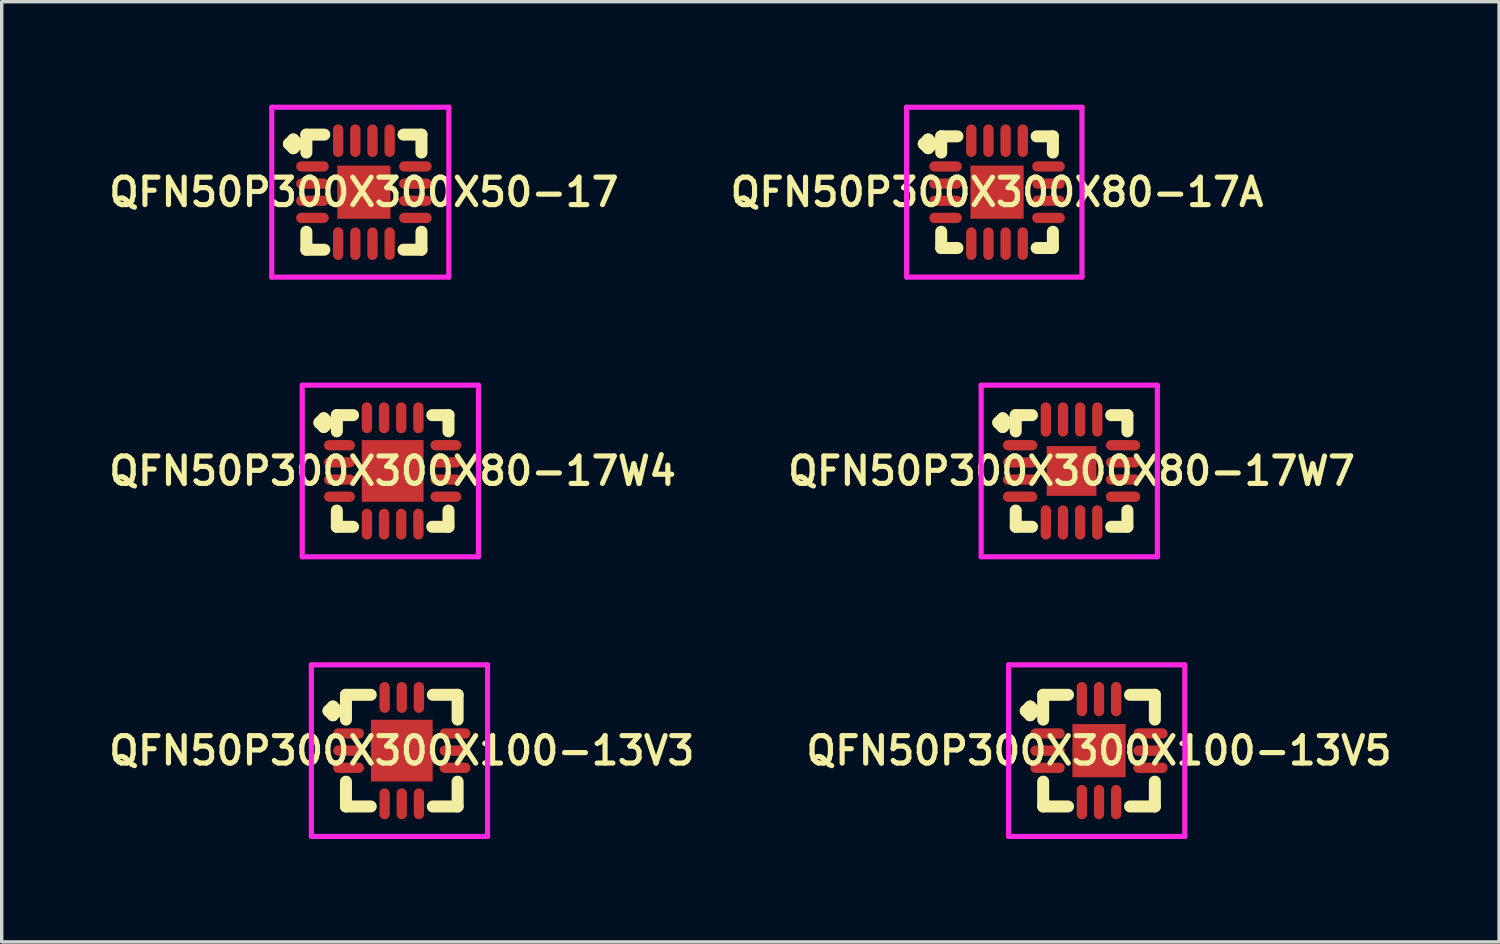
<source format=kicad_pcb>
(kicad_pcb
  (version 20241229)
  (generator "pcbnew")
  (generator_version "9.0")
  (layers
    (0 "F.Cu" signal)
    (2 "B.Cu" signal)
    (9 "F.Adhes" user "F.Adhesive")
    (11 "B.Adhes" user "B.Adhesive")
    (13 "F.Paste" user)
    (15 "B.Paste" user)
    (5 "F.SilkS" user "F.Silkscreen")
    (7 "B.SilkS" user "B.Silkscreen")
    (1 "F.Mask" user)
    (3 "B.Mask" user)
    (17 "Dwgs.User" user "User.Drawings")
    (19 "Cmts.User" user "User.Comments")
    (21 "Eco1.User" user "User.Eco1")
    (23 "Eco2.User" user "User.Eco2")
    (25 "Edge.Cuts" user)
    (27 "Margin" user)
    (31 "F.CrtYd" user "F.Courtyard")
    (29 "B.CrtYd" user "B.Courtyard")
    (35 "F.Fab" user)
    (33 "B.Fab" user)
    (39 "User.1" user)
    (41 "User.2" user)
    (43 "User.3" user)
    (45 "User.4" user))
  (footprint "QFN50P300X300X100-13V5"
    (layer "F.Cu")
    (at 28.978 18.825)
    (property "Reference" "QFN50P300X300X100-13V5" (at 0 0 0) (layer "F.SilkS") (effects (font (size 0.8 0.8) (thickness 0.15))))
    (attr smd)
    (fp_line (start -2.135 -1.158) (end -2.008 -1.285) (stroke (width 0.35) (type solid)) (layer "F.SilkS"))
    (fp_line (start -2.008 -1.285) (end -1.881 -1.158) (stroke (width 0.35) (type solid)) (layer "F.SilkS"))
    (fp_line (start -2.008 -1.031) (end -2.135 -1.158) (stroke (width 0.35) (type solid)) (layer "F.SilkS"))
    (fp_line (start -1.881 -1.158) (end -2.008 -1.031) (stroke (width 0.35) (type solid)) (layer "F.SilkS"))
    (fp_line (start -1.627 -1.627) (end -0.904 -1.627) (stroke (width 0.35) (type solid)) (layer "F.SilkS"))
    (fp_line (start -1.627 -0.904) (end -1.627 -1.627) (stroke (width 0.35) (type solid)) (layer "F.SilkS"))
    (fp_line (start -1.627 0.904) (end -1.627 1.627) (stroke (width 0.35) (type solid)) (layer "F.SilkS"))
    (fp_line (start -1.627 1.627) (end -0.904 1.627) (stroke (width 0.35) (type solid)) (layer "F.SilkS"))
    (fp_line (start 0.904 -1.627) (end 1.627 -1.627) (stroke (width 0.35) (type solid)) (layer "F.SilkS"))
    (fp_line (start 0.904 1.627) (end 1.627 1.627) (stroke (width 0.35) (type solid)) (layer "F.SilkS"))
    (fp_line (start 1.627 -1.627) (end 1.627 -0.904) (stroke (width 0.35) (type solid)) (layer "F.SilkS"))
    (fp_line (start 1.627 1.627) (end 1.627 0.904) (stroke (width 0.35) (type solid)) (layer "F.SilkS"))
    (fp_line (start -2.635 -2.5) (end 2.5 -2.5) (stroke (width 0.15) (type solid)) (layer "F.CrtYd"))
    (fp_line (start -2.635 2.5) (end -2.635 -2.5) (stroke (width 0.15) (type solid)) (layer "F.CrtYd"))
    (fp_line (start 2.5 -2.5) (end 2.5 2.5) (stroke (width 0.15) (type solid)) (layer "F.CrtYd"))
    (fp_line (start 2.5 2.5) (end -2.635 2.5) (stroke (width 0.15) (type solid)) (layer "F.CrtYd"))
    (pad "1" smd oval (at -1.5 -0.5) (size 1 0.3) (layers "F.Cu" "F.Mask" "F.Paste"))
    (pad "2" smd oval (at -1.5 0) (size 1 0.3) (layers "F.Cu" "F.Mask" "F.Paste"))
    (pad "3" smd oval (at -1.5 0.5) (size 1 0.3) (layers "F.Cu" "F.Mask" "F.Paste"))
    (pad "4" smd oval (at -0.5 1.5) (size 0.3 1) (layers "F.Cu" "F.Mask" "F.Paste"))
    (pad "5" smd oval (at 0 1.5) (size 0.3 1) (layers "F.Cu" "F.Mask" "F.Paste"))
    (pad "6" smd oval (at 0.5 1.5) (size 0.3 1) (layers "F.Cu" "F.Mask" "F.Paste"))
    (pad "7" smd oval (at 1.5 0.5) (size 1 0.3) (layers "F.Cu" "F.Mask" "F.Paste"))
    (pad "8" smd oval (at 1.5 0) (size 1 0.3) (layers "F.Cu" "F.Mask" "F.Paste"))
    (pad "9" smd oval (at 1.5 -0.5) (size 1 0.3) (layers "F.Cu" "F.Mask" "F.Paste"))
    (pad "10" smd oval (at 0.5 -1.5) (size 0.3 1) (layers "F.Cu" "F.Mask" "F.Paste"))
    (pad "11" smd oval (at 0 -1.5) (size 0.3 1) (layers "F.Cu" "F.Mask" "F.Paste"))
    (pad "12" smd oval (at -0.5 -1.5) (size 0.3 1) (layers "F.Cu" "F.Mask" "F.Paste"))
    (pad "13" smd rect (at 0 0) (size 1.55 1.55) (layers "F.Cu" "F.Mask" "F.Paste")))
  (footprint "QFN50P300X300X80-17W7"
    (layer "F.Cu")
    (at 28.178 10.675)
    (property "Reference" "QFN50P300X300X80-17W7" (at 0 0 0) (layer "F.SilkS") (effects (font (size 0.8 0.8) (thickness 0.15))))
    (attr smd)
    (fp_line (start -2.135 -1.408) (end -2.008 -1.535) (stroke (width 0.35) (type solid)) (layer "F.SilkS"))
    (fp_line (start -2.008 -1.535) (end -1.881 -1.408) (stroke (width 0.35) (type solid)) (layer "F.SilkS"))
    (fp_line (start -2.008 -1.281) (end -2.135 -1.408) (stroke (width 0.35) (type solid)) (layer "F.SilkS"))
    (fp_line (start -1.881 -1.408) (end -2.008 -1.281) (stroke (width 0.35) (type solid)) (layer "F.SilkS"))
    (fp_line (start -1.627 -1.627) (end -1.154 -1.627) (stroke (width 0.35) (type solid)) (layer "F.SilkS"))
    (fp_line (start -1.627 -1.154) (end -1.627 -1.627) (stroke (width 0.35) (type solid)) (layer "F.SilkS"))
    (fp_line (start -1.627 1.154) (end -1.627 1.627) (stroke (width 0.35) (type solid)) (layer "F.SilkS"))
    (fp_line (start -1.627 1.627) (end -1.154 1.627) (stroke (width 0.35) (type solid)) (layer "F.SilkS"))
    (fp_line (start 1.154 -1.627) (end 1.627 -1.627) (stroke (width 0.35) (type solid)) (layer "F.SilkS"))
    (fp_line (start 1.154 1.627) (end 1.627 1.627) (stroke (width 0.35) (type solid)) (layer "F.SilkS"))
    (fp_line (start 1.627 -1.627) (end 1.627 -1.154) (stroke (width 0.35) (type solid)) (layer "F.SilkS"))
    (fp_line (start 1.627 1.627) (end 1.627 1.154) (stroke (width 0.35) (type solid)) (layer "F.SilkS"))
    (fp_line (start -2.635 -2.5) (end 2.5 -2.5) (stroke (width 0.15) (type solid)) (layer "F.CrtYd"))
    (fp_line (start -2.635 2.5) (end -2.635 -2.5) (stroke (width 0.15) (type solid)) (layer "F.CrtYd"))
    (fp_line (start 2.5 -2.5) (end 2.5 2.5) (stroke (width 0.15) (type solid)) (layer "F.CrtYd"))
    (fp_line (start 2.5 2.5) (end -2.635 2.5) (stroke (width 0.15) (type solid)) (layer "F.CrtYd"))
    (pad "1" smd oval (at -1.5 -0.75) (size 1 0.3) (layers "F.Cu" "F.Mask" "F.Paste"))
    (pad "2" smd oval (at -1.5 -0.25) (size 1 0.3) (layers "F.Cu" "F.Mask" "F.Paste"))
    (pad "3" smd oval (at -1.5 0.25) (size 1 0.3) (layers "F.Cu" "F.Mask" "F.Paste"))
    (pad "4" smd oval (at -1.5 0.75) (size 1 0.3) (layers "F.Cu" "F.Mask" "F.Paste"))
    (pad "5" smd oval (at -0.75 1.5) (size 0.3 1) (layers "F.Cu" "F.Mask" "F.Paste"))
    (pad "6" smd oval (at -0.25 1.5) (size 0.3 1) (layers "F.Cu" "F.Mask" "F.Paste"))
    (pad "7" smd oval (at 0.25 1.5) (size 0.3 1) (layers "F.Cu" "F.Mask" "F.Paste"))
    (pad "8" smd oval (at 0.75 1.5) (size 0.3 1) (layers "F.Cu" "F.Mask" "F.Paste"))
    (pad "9" smd oval (at 1.5 0.75) (size 1 0.3) (layers "F.Cu" "F.Mask" "F.Paste"))
    (pad "10" smd oval (at 1.5 0.25) (size 1 0.3) (layers "F.Cu" "F.Mask" "F.Paste"))
    (pad "11" smd oval (at 1.5 -0.25) (size 1 0.3) (layers "F.Cu" "F.Mask" "F.Paste"))
    (pad "12" smd oval (at 1.5 -0.75) (size 1 0.3) (layers "F.Cu" "F.Mask" "F.Paste"))
    (pad "13" smd oval (at 0.75 -1.5) (size 0.3 1) (layers "F.Cu" "F.Mask" "F.Paste"))
    (pad "14" smd oval (at 0.25 -1.5) (size 0.3 1) (layers "F.Cu" "F.Mask" "F.Paste"))
    (pad "15" smd oval (at -0.25 -1.5) (size 0.3 1) (layers "F.Cu" "F.Mask" "F.Paste"))
    (pad "16" smd oval (at -0.75 -1.5) (size 0.3 1) (layers "F.Cu" "F.Mask" "F.Paste"))
    (pad "17" smd rect (at 0 0) (size 1.45 1.45) (layers "F.Cu" "F.Mask" "F.Paste")))
  (footprint "QFN50P300X300X100-13V3"
    (layer "F.Cu")
    (at 8.659 18.825)
    (property "Reference" "QFN50P300X300X100-13V3" (at 0 0 0) (layer "F.SilkS") (effects (font (size 0.8 0.8) (thickness 0.15))))
    (attr smd)
    (fp_line (start -2.135 -1.158) (end -2.008 -1.285) (stroke (width 0.35) (type solid)) (layer "F.SilkS"))
    (fp_line (start -2.008 -1.285) (end -1.881 -1.158) (stroke (width 0.35) (type solid)) (layer "F.SilkS"))
    (fp_line (start -2.008 -1.031) (end -2.135 -1.158) (stroke (width 0.35) (type solid)) (layer "F.SilkS"))
    (fp_line (start -1.881 -1.158) (end -2.008 -1.031) (stroke (width 0.35) (type solid)) (layer "F.SilkS"))
    (fp_line (start -1.627 -1.627) (end -0.904 -1.627) (stroke (width 0.35) (type solid)) (layer "F.SilkS"))
    (fp_line (start -1.627 -0.904) (end -1.627 -1.627) (stroke (width 0.35) (type solid)) (layer "F.SilkS"))
    (fp_line (start -1.627 0.904) (end -1.627 1.627) (stroke (width 0.35) (type solid)) (layer "F.SilkS"))
    (fp_line (start -1.627 1.627) (end -0.904 1.627) (stroke (width 0.35) (type solid)) (layer "F.SilkS"))
    (fp_line (start 0.904 -1.627) (end 1.627 -1.627) (stroke (width 0.35) (type solid)) (layer "F.SilkS"))
    (fp_line (start 0.904 1.627) (end 1.627 1.627) (stroke (width 0.35) (type solid)) (layer "F.SilkS"))
    (fp_line (start 1.627 -1.627) (end 1.627 -0.904) (stroke (width 0.35) (type solid)) (layer "F.SilkS"))
    (fp_line (start 1.627 1.627) (end 1.627 0.904) (stroke (width 0.35) (type solid)) (layer "F.SilkS"))
    (fp_line (start -2.635 -2.5) (end 2.5 -2.5) (stroke (width 0.15) (type solid)) (layer "F.CrtYd"))
    (fp_line (start -2.635 2.5) (end -2.635 -2.5) (stroke (width 0.15) (type solid)) (layer "F.CrtYd"))
    (fp_line (start 2.5 -2.5) (end 2.5 2.5) (stroke (width 0.15) (type solid)) (layer "F.CrtYd"))
    (fp_line (start 2.5 2.5) (end -2.635 2.5) (stroke (width 0.15) (type solid)) (layer "F.CrtYd"))
    (pad "1" smd oval (at -1.55 -0.5) (size 0.9 0.3) (layers "F.Cu" "F.Mask" "F.Paste"))
    (pad "2" smd oval (at -1.55 0) (size 0.9 0.3) (layers "F.Cu" "F.Mask" "F.Paste"))
    (pad "3" smd oval (at -1.55 0.5) (size 0.9 0.3) (layers "F.Cu" "F.Mask" "F.Paste"))
    (pad "4" smd oval (at -0.5 1.55) (size 0.3 0.9) (layers "F.Cu" "F.Mask" "F.Paste"))
    (pad "5" smd oval (at 0 1.55) (size 0.3 0.9) (layers "F.Cu" "F.Mask" "F.Paste"))
    (pad "6" smd oval (at 0.5 1.55) (size 0.3 0.9) (layers "F.Cu" "F.Mask" "F.Paste"))
    (pad "7" smd oval (at 1.55 0.5) (size 0.9 0.3) (layers "F.Cu" "F.Mask" "F.Paste"))
    (pad "8" smd oval (at 1.55 0) (size 0.9 0.3) (layers "F.Cu" "F.Mask" "F.Paste"))
    (pad "9" smd oval (at 1.55 -0.5) (size 0.9 0.3) (layers "F.Cu" "F.Mask" "F.Paste"))
    (pad "10" smd oval (at 0.5 -1.55) (size 0.3 0.9) (layers "F.Cu" "F.Mask" "F.Paste"))
    (pad "11" smd oval (at 0 -1.55) (size 0.3 0.9) (layers "F.Cu" "F.Mask" "F.Paste"))
    (pad "12" smd oval (at -0.5 -1.55) (size 0.3 0.9) (layers "F.Cu" "F.Mask" "F.Paste"))
    (pad "13" smd rect (at 0 0) (size 1.8 1.8) (layers "F.Cu" "F.Mask" "F.Paste")))
  (footprint "QFN50P300X300X80-17A"
    (layer "F.Cu")
    (at 26.006 2.55)
    (property "Reference" "QFN50P300X300X80-17A" (at 0 0 0) (layer "F.SilkS") (effects (font (size 0.8 0.8) (thickness 0.15))))
    (attr smd)
    (fp_line (start -2.135 -1.408) (end -2.008 -1.535) (stroke (width 0.35) (type solid)) (layer "F.SilkS"))
    (fp_line (start -2.008 -1.535) (end -1.881 -1.408) (stroke (width 0.35) (type solid)) (layer "F.SilkS"))
    (fp_line (start -2.008 -1.281) (end -2.135 -1.408) (stroke (width 0.35) (type solid)) (layer "F.SilkS"))
    (fp_line (start -1.881 -1.408) (end -2.008 -1.281) (stroke (width 0.35) (type solid)) (layer "F.SilkS"))
    (fp_line (start -1.627 -1.627) (end -1.154 -1.627) (stroke (width 0.35) (type solid)) (layer "F.SilkS"))
    (fp_line (start -1.627 -1.154) (end -1.627 -1.627) (stroke (width 0.35) (type solid)) (layer "F.SilkS"))
    (fp_line (start -1.627 1.154) (end -1.627 1.627) (stroke (width 0.35) (type solid)) (layer "F.SilkS"))
    (fp_line (start -1.627 1.627) (end -1.154 1.627) (stroke (width 0.35) (type solid)) (layer "F.SilkS"))
    (fp_line (start 1.154 -1.627) (end 1.627 -1.627) (stroke (width 0.35) (type solid)) (layer "F.SilkS"))
    (fp_line (start 1.154 1.627) (end 1.627 1.627) (stroke (width 0.35) (type solid)) (layer "F.SilkS"))
    (fp_line (start 1.627 -1.627) (end 1.627 -1.154) (stroke (width 0.35) (type solid)) (layer "F.SilkS"))
    (fp_line (start 1.627 1.627) (end 1.627 1.154) (stroke (width 0.35) (type solid)) (layer "F.SilkS"))
    (fp_line (start -2.635 -2.475) (end 2.475 -2.475) (stroke (width 0.15) (type solid)) (layer "F.CrtYd"))
    (fp_line (start -2.635 2.475) (end -2.635 -2.475) (stroke (width 0.15) (type solid)) (layer "F.CrtYd"))
    (fp_line (start 2.475 -2.475) (end 2.475 2.475) (stroke (width 0.15) (type solid)) (layer "F.CrtYd"))
    (fp_line (start 2.475 2.475) (end -2.635 2.475) (stroke (width 0.15) (type solid)) (layer "F.CrtYd"))
    (pad "1" smd oval (at -1.5 -0.75) (size 0.95 0.3) (layers "F.Cu" "F.Mask" "F.Paste"))
    (pad "2" smd oval (at -1.5 -0.25) (size 0.95 0.3) (layers "F.Cu" "F.Mask" "F.Paste"))
    (pad "3" smd oval (at -1.5 0.25) (size 0.95 0.3) (layers "F.Cu" "F.Mask" "F.Paste"))
    (pad "4" smd oval (at -1.5 0.75) (size 0.95 0.3) (layers "F.Cu" "F.Mask" "F.Paste"))
    (pad "5" smd oval (at -0.75 1.5) (size 0.3 0.95) (layers "F.Cu" "F.Mask" "F.Paste"))
    (pad "6" smd oval (at -0.25 1.5) (size 0.3 0.95) (layers "F.Cu" "F.Mask" "F.Paste"))
    (pad "7" smd oval (at 0.25 1.5) (size 0.3 0.95) (layers "F.Cu" "F.Mask" "F.Paste"))
    (pad "8" smd oval (at 0.75 1.5) (size 0.3 0.95) (layers "F.Cu" "F.Mask" "F.Paste"))
    (pad "9" smd oval (at 1.5 0.75) (size 0.95 0.3) (layers "F.Cu" "F.Mask" "F.Paste"))
    (pad "10" smd oval (at 1.5 0.25) (size 0.95 0.3) (layers "F.Cu" "F.Mask" "F.Paste"))
    (pad "11" smd oval (at 1.5 -0.25) (size 0.95 0.3) (layers "F.Cu" "F.Mask" "F.Paste"))
    (pad "12" smd oval (at 1.5 -0.75) (size 0.95 0.3) (layers "F.Cu" "F.Mask" "F.Paste"))
    (pad "13" smd oval (at 0.75 -1.5) (size 0.3 0.95) (layers "F.Cu" "F.Mask" "F.Paste"))
    (pad "14" smd oval (at 0.25 -1.5) (size 0.3 0.95) (layers "F.Cu" "F.Mask" "F.Paste"))
    (pad "15" smd oval (at -0.25 -1.5) (size 0.3 0.95) (layers "F.Cu" "F.Mask" "F.Paste"))
    (pad "16" smd oval (at -0.75 -1.5) (size 0.3 0.95) (layers "F.Cu" "F.Mask" "F.Paste"))
    (pad "17" smd rect (at 0 0) (size 1.55 1.55) (layers "F.Cu" "F.Mask" "F.Paste")))
  (footprint "QFN50P300X300X50-17"
    (layer "F.Cu")
    (at 7.555 2.55)
    (property "Reference" "QFN50P300X300X50-17" (at 0 0 0) (layer "F.SilkS") (effects (font (size 0.8 0.8) (thickness 0.15))))
    (attr smd)
    (fp_line (start -2.185 -1.408) (end -2.058 -1.535) (stroke (width 0.35) (type solid)) (layer "F.SilkS"))
    (fp_line (start -2.058 -1.535) (end -1.931 -1.408) (stroke (width 0.35) (type solid)) (layer "F.SilkS"))
    (fp_line (start -2.058 -1.281) (end -2.185 -1.408) (stroke (width 0.35) (type solid)) (layer "F.SilkS"))
    (fp_line (start -1.931 -1.408) (end -2.058 -1.281) (stroke (width 0.35) (type solid)) (layer "F.SilkS"))
    (fp_line (start -1.677 -1.677) (end -1.154 -1.677) (stroke (width 0.35) (type solid)) (layer "F.SilkS"))
    (fp_line (start -1.677 -1.154) (end -1.677 -1.677) (stroke (width 0.35) (type solid)) (layer "F.SilkS"))
    (fp_line (start -1.677 1.154) (end -1.677 1.677) (stroke (width 0.35) (type solid)) (layer "F.SilkS"))
    (fp_line (start -1.677 1.677) (end -1.154 1.677) (stroke (width 0.35) (type solid)) (layer "F.SilkS"))
    (fp_line (start 1.154 -1.677) (end 1.677 -1.677) (stroke (width 0.35) (type solid)) (layer "F.SilkS"))
    (fp_line (start 1.154 1.677) (end 1.677 1.677) (stroke (width 0.35) (type solid)) (layer "F.SilkS"))
    (fp_line (start 1.677 -1.677) (end 1.677 -1.154) (stroke (width 0.35) (type solid)) (layer "F.SilkS"))
    (fp_line (start 1.677 1.677) (end 1.677 1.154) (stroke (width 0.35) (type solid)) (layer "F.SilkS"))
    (fp_line (start -2.685 -2.475) (end 2.475 -2.475) (stroke (width 0.15) (type solid)) (layer "F.CrtYd"))
    (fp_line (start -2.685 2.475) (end -2.685 -2.475) (stroke (width 0.15) (type solid)) (layer "F.CrtYd"))
    (fp_line (start 2.475 -2.475) (end 2.475 2.475) (stroke (width 0.15) (type solid)) (layer "F.CrtYd"))
    (fp_line (start 2.475 2.475) (end -2.685 2.475) (stroke (width 0.15) (type solid)) (layer "F.CrtYd"))
    (pad "1" smd oval (at -1.5 -0.75) (size 0.95 0.3) (layers "F.Cu" "F.Mask" "F.Paste"))
    (pad "2" smd oval (at -1.5 -0.25) (size 0.95 0.3) (layers "F.Cu" "F.Mask" "F.Paste"))
    (pad "3" smd oval (at -1.5 0.25) (size 0.95 0.3) (layers "F.Cu" "F.Mask" "F.Paste"))
    (pad "4" smd oval (at -1.5 0.75) (size 0.95 0.3) (layers "F.Cu" "F.Mask" "F.Paste"))
    (pad "5" smd oval (at -0.75 1.5) (size 0.3 0.95) (layers "F.Cu" "F.Mask" "F.Paste"))
    (pad "6" smd oval (at -0.25 1.5) (size 0.3 0.95) (layers "F.Cu" "F.Mask" "F.Paste"))
    (pad "7" smd oval (at 0.25 1.5) (size 0.3 0.95) (layers "F.Cu" "F.Mask" "F.Paste"))
    (pad "8" smd oval (at 0.75 1.5) (size 0.3 0.95) (layers "F.Cu" "F.Mask" "F.Paste"))
    (pad "9" smd oval (at 1.5 0.75) (size 0.95 0.3) (layers "F.Cu" "F.Mask" "F.Paste"))
    (pad "10" smd oval (at 1.5 0.25) (size 0.95 0.3) (layers "F.Cu" "F.Mask" "F.Paste"))
    (pad "11" smd oval (at 1.5 -0.25) (size 0.95 0.3) (layers "F.Cu" "F.Mask" "F.Paste"))
    (pad "12" smd oval (at 1.5 -0.75) (size 0.95 0.3) (layers "F.Cu" "F.Mask" "F.Paste"))
    (pad "13" smd oval (at 0.75 -1.5) (size 0.3 0.95) (layers "F.Cu" "F.Mask" "F.Paste"))
    (pad "14" smd oval (at 0.25 -1.5) (size 0.3 0.95) (layers "F.Cu" "F.Mask" "F.Paste"))
    (pad "15" smd oval (at -0.25 -1.5) (size 0.3 0.95) (layers "F.Cu" "F.Mask" "F.Paste"))
    (pad "16" smd oval (at -0.75 -1.5) (size 0.3 0.95) (layers "F.Cu" "F.Mask" "F.Paste"))
    (pad "17" smd rect (at 0 0) (size 1.55 1.55) (layers "F.Cu" "F.Mask" "F.Paste")))
  (footprint "QFN50P300X300X80-17W4"
    (layer "F.Cu")
    (at 8.393 10.675)
    (property "Reference" "QFN50P300X300X80-17W4" (at 0 0 0) (layer "F.SilkS") (effects (font (size 0.8 0.8) (thickness 0.15))))
    (attr smd)
    (fp_line (start -2.135 -1.408) (end -2.008 -1.535) (stroke (width 0.35) (type solid)) (layer "F.SilkS"))
    (fp_line (start -2.008 -1.535) (end -1.881 -1.408) (stroke (width 0.35) (type solid)) (layer "F.SilkS"))
    (fp_line (start -2.008 -1.281) (end -2.135 -1.408) (stroke (width 0.35) (type solid)) (layer "F.SilkS"))
    (fp_line (start -1.881 -1.408) (end -2.008 -1.281) (stroke (width 0.35) (type solid)) (layer "F.SilkS"))
    (fp_line (start -1.627 -1.627) (end -1.154 -1.627) (stroke (width 0.35) (type solid)) (layer "F.SilkS"))
    (fp_line (start -1.627 -1.154) (end -1.627 -1.627) (stroke (width 0.35) (type solid)) (layer "F.SilkS"))
    (fp_line (start -1.627 1.154) (end -1.627 1.627) (stroke (width 0.35) (type solid)) (layer "F.SilkS"))
    (fp_line (start -1.627 1.627) (end -1.154 1.627) (stroke (width 0.35) (type solid)) (layer "F.SilkS"))
    (fp_line (start 1.154 -1.627) (end 1.627 -1.627) (stroke (width 0.35) (type solid)) (layer "F.SilkS"))
    (fp_line (start 1.154 1.627) (end 1.627 1.627) (stroke (width 0.35) (type solid)) (layer "F.SilkS"))
    (fp_line (start 1.627 -1.627) (end 1.627 -1.154) (stroke (width 0.35) (type solid)) (layer "F.SilkS"))
    (fp_line (start 1.627 1.627) (end 1.627 1.154) (stroke (width 0.35) (type solid)) (layer "F.SilkS"))
    (fp_line (start -2.635 -2.5) (end 2.5 -2.5) (stroke (width 0.15) (type solid)) (layer "F.CrtYd"))
    (fp_line (start -2.635 2.5) (end -2.635 -2.5) (stroke (width 0.15) (type solid)) (layer "F.CrtYd"))
    (fp_line (start 2.5 -2.5) (end 2.5 2.5) (stroke (width 0.15) (type solid)) (layer "F.CrtYd"))
    (fp_line (start 2.5 2.5) (end -2.635 2.5) (stroke (width 0.15) (type solid)) (layer "F.CrtYd"))
    (pad "1" smd oval (at -1.55 -0.75) (size 0.9 0.3) (layers "F.Cu" "F.Mask" "F.Paste"))
    (pad "2" smd oval (at -1.55 -0.25) (size 0.9 0.3) (layers "F.Cu" "F.Mask" "F.Paste"))
    (pad "3" smd oval (at -1.55 0.25) (size 0.9 0.3) (layers "F.Cu" "F.Mask" "F.Paste"))
    (pad "4" smd oval (at -1.55 0.75) (size 0.9 0.3) (layers "F.Cu" "F.Mask" "F.Paste"))
    (pad "5" smd oval (at -0.75 1.55) (size 0.3 0.9) (layers "F.Cu" "F.Mask" "F.Paste"))
    (pad "6" smd oval (at -0.25 1.55) (size 0.3 0.9) (layers "F.Cu" "F.Mask" "F.Paste"))
    (pad "7" smd oval (at 0.25 1.55) (size 0.3 0.9) (layers "F.Cu" "F.Mask" "F.Paste"))
    (pad "8" smd oval (at 0.75 1.55) (size 0.3 0.9) (layers "F.Cu" "F.Mask" "F.Paste"))
    (pad "9" smd oval (at 1.55 0.75) (size 0.9 0.3) (layers "F.Cu" "F.Mask" "F.Paste"))
    (pad "10" smd oval (at 1.55 0.25) (size 0.9 0.3) (layers "F.Cu" "F.Mask" "F.Paste"))
    (pad "11" smd oval (at 1.55 -0.25) (size 0.9 0.3) (layers "F.Cu" "F.Mask" "F.Paste"))
    (pad "12" smd oval (at 1.55 -0.75) (size 0.9 0.3) (layers "F.Cu" "F.Mask" "F.Paste"))
    (pad "13" smd oval (at 0.75 -1.55) (size 0.3 0.9) (layers "F.Cu" "F.Mask" "F.Paste"))
    (pad "14" smd oval (at 0.25 -1.55) (size 0.3 0.9) (layers "F.Cu" "F.Mask" "F.Paste"))
    (pad "15" smd oval (at -0.25 -1.55) (size 0.3 0.9) (layers "F.Cu" "F.Mask" "F.Paste"))
    (pad "16" smd oval (at -0.75 -1.55) (size 0.3 0.9) (layers "F.Cu" "F.Mask" "F.Paste"))
    (pad "17" smd rect (at 0 0) (size 1.8 1.8) (layers "F.Cu" "F.Mask" "F.Paste")))
  (gr_rect
    (start -3 -3)
    (end 40.637 24.4)
    (stroke (width 0.1) (type default))
    (fill no)
    (layer "Edge.Cuts")))
</source>
